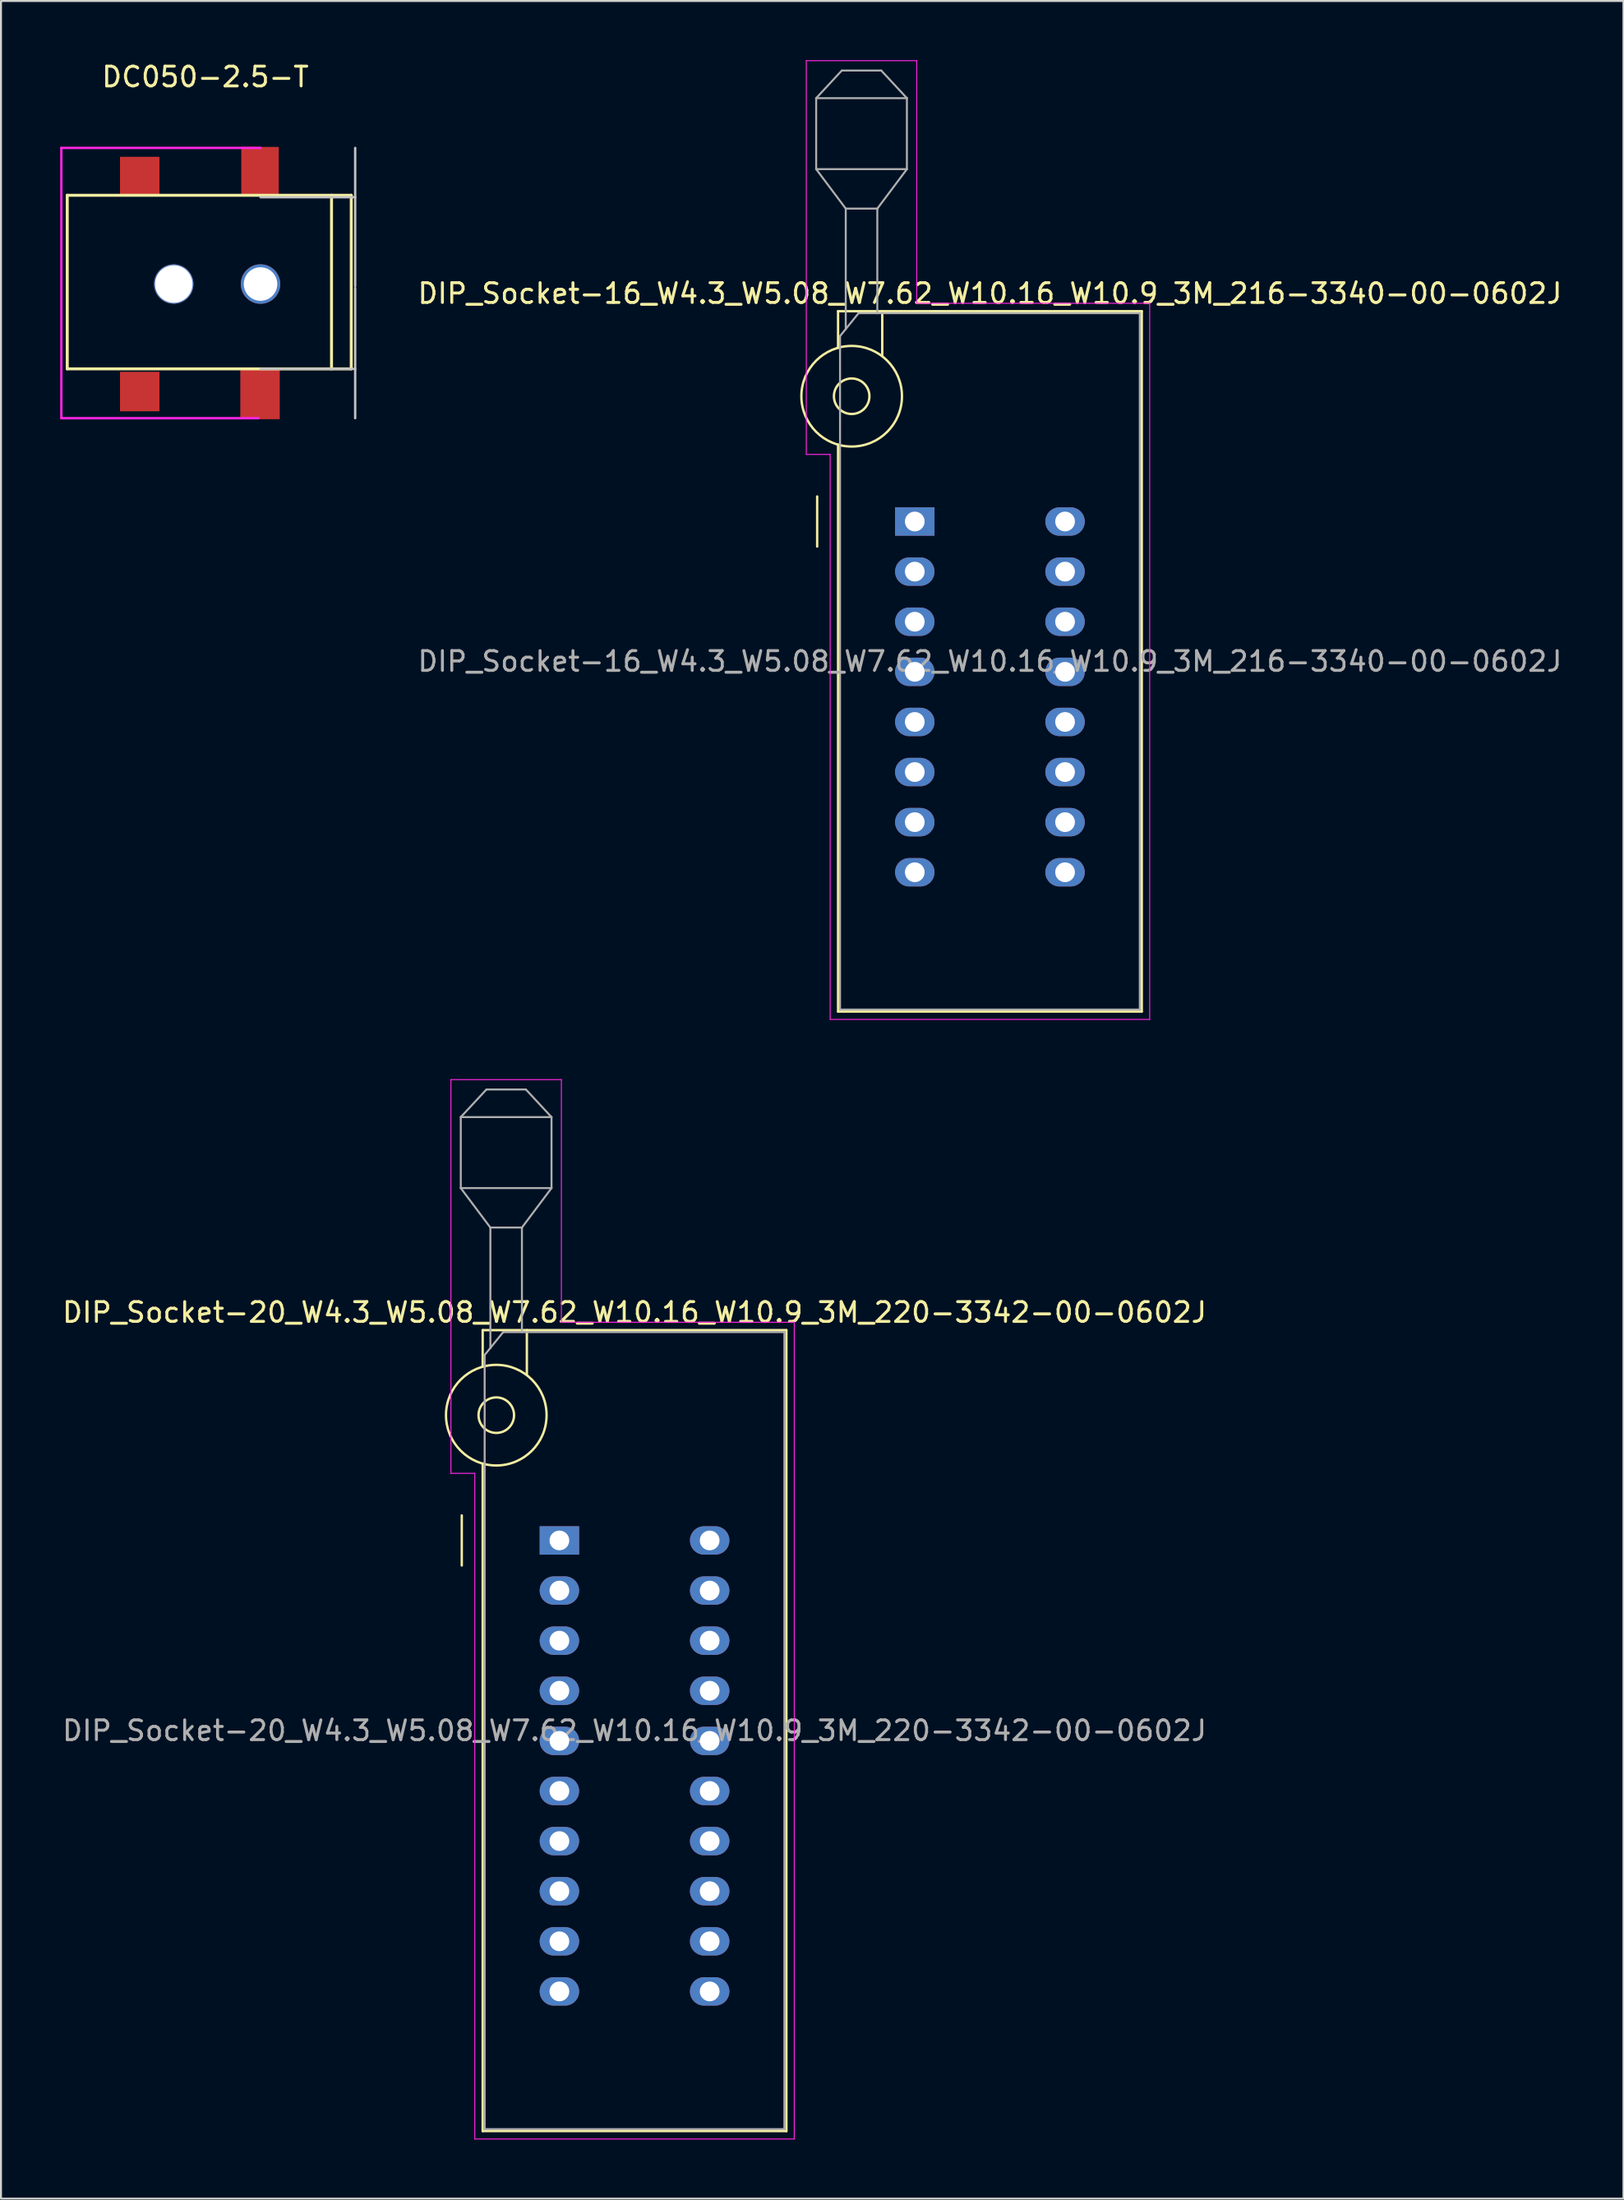
<source format=kicad_pcb>
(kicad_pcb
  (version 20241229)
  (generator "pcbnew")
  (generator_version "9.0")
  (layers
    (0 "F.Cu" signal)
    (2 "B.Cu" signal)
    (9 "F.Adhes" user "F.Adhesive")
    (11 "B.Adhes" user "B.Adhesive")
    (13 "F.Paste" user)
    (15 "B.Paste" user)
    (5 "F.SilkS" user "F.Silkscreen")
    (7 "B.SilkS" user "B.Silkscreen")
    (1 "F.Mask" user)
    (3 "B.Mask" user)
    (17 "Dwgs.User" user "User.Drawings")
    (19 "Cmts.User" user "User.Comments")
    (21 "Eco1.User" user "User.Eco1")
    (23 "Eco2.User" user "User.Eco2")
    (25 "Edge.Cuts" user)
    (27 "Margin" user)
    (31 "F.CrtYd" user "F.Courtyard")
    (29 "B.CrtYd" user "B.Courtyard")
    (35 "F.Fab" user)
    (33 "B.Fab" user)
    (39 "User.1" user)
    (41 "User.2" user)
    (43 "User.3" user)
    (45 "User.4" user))
  (footprint "DC050-2.5-T"
    (layer "F.Cu")
    (at 7.76 11.848)
    (property "Reference" "DC050-2.5-T" (at -0.4 -11 0) (layer "F.SilkS") (effects (font (size 1 1) (thickness 0.15))))
    (attr through_hole)
    (fp_line (start -7.4 -5) (end 7 -5) (stroke (width 0.15) (type solid)) (layer "F.SilkS"))
    (fp_line (start -7.4 3.8) (end -7.4 -5) (stroke (width 0.15) (type solid)) (layer "F.SilkS"))
    (fp_line (start 6 -5) (end 6 3.8) (stroke (width 0.15) (type solid)) (layer "F.SilkS"))
    (fp_line (start 7 -5) (end 7 3.8) (stroke (width 0.15) (type solid)) (layer "F.SilkS"))
    (fp_line (start 7 3.8) (end -7.4 3.8) (stroke (width 0.15) (type solid)) (layer "F.SilkS"))
    (fp_line (start 2.4 -4.9) (end 7.2 -4.9) (stroke (width 0.12) (type solid)) (layer "Dwgs.User"))
    (fp_line (start 7.2 -7.4) (end 7.2 -0.4) (stroke (width 0.12) (type solid)) (layer "Dwgs.User"))
    (fp_line (start 7.2 3.8) (end 2.4 3.8) (stroke (width 0.12) (type solid)) (layer "Dwgs.User"))
    (fp_line (start 7.2 6.3) (end 7.2 -0.3) (stroke (width 0.12) (type solid)) (layer "Dwgs.User"))
    (fp_line (start -7.7 -7.4) (end 2.4 -7.4) (stroke (width 0.12) (type solid)) (layer "F.CrtYd"))
    (fp_line (start -7.7 6.3) (end -7.7 -7.4) (stroke (width 0.12) (type solid)) (layer "F.CrtYd"))
    (fp_line (start 2.3 6.3) (end -7.7 6.3) (stroke (width 0.12) (type solid)) (layer "F.CrtYd"))
    (pad "" np_thru_hole circle (at -2 -0.5) (size 2 2) (drill 1.9) (layers "*.Cu" "*.Mask"))
    (pad "" np_thru_hole circle (at 2.4 -0.5) (size 2 2) (drill 1.7) (layers "*.Cu" "*.Mask"))
    (pad "2" smd rect (at 2.375 5.1) (size 2 2.5) (layers "F.Cu" "F.Mask" "F.Paste"))
    (pad "3" smd rect (at -3.725 4.95) (size 2 2) (layers "F.Cu" "F.Mask" "F.Paste"))
    (pad "4" smd rect (at -3.725 -5.95) (size 2 2) (layers "F.Cu" "F.Mask" "F.Paste"))
    (pad "4" smd rect (at 2.375 -6.2) (size 1.9 2.5) (layers "F.Cu" "F.Mask" "F.Paste")))
  (footprint "DIP_Socket-20_W4.3_W5.08_W7.62_W10.16_W10.9_3M_220-3342-00-0602J"
    (layer "F.Cu")
    (at 25.315 75.035)
    (property "Reference" "DIP_Socket-20_W4.3_W5.08_W7.62_W10.16_W10.9_3M_220-3342-00-0602J" (at 3.81 -11.56 0) (layer "F.SilkS") (effects (font (size 1 1) (thickness 0.15))))
    (attr through_hole)
    (fp_line (start -4.95 1.27) (end -4.95 -1.27) (stroke (width 0.12) (type solid)) (layer "F.SilkS"))
    (fp_line (start -3.89 -10.66) (end -3.89 -8.8) (stroke (width 0.12) (type solid)) (layer "F.SilkS"))
    (fp_line (start -3.89 -3.9) (end -3.89 29.94) (stroke (width 0.12) (type solid)) (layer "F.SilkS"))
    (fp_line (start -3.89 29.94) (end 11.51 29.94) (stroke (width 0.12) (type solid)) (layer "F.SilkS"))
    (fp_line (start -1.65 -10.66) (end -1.65 -8.4) (stroke (width 0.12) (type solid)) (layer "F.SilkS"))
    (fp_line (start 11.51 -10.66) (end -3.89 -10.66) (stroke (width 0.12) (type solid)) (layer "F.SilkS"))
    (fp_line (start 11.51 29.94) (end 11.51 -10.66) (stroke (width 0.12) (type solid)) (layer "F.SilkS"))
    (fp_circle (center -3.2 -6.35) (end -2.3 -6.35) (stroke (width 0.12) (type solid)) (fill no) (layer "F.SilkS"))
    (fp_circle (center -3.2 -6.35) (end -0.65 -6.35) (stroke (width 0.12) (type solid)) (fill no) (layer "F.SilkS"))
    (fp_line (start -5.5 -23.36) (end 0.1 -23.36) (stroke (width 0.05) (type solid)) (layer "F.CrtYd"))
    (fp_line (start -5.5 -3.4) (end -5.5 -23.36) (stroke (width 0.05) (type solid)) (layer "F.CrtYd"))
    (fp_line (start -4.29 -3.4) (end -5.5 -3.4) (stroke (width 0.05) (type solid)) (layer "F.CrtYd"))
    (fp_line (start -4.29 30.34) (end -4.29 -3.4) (stroke (width 0.05) (type solid)) (layer "F.CrtYd"))
    (fp_line (start 0.1 -23.36) (end 0.1 -11.06) (stroke (width 0.05) (type solid)) (layer "F.CrtYd"))
    (fp_line (start 0.1 -11.06) (end 11.91 -11.06) (stroke (width 0.05) (type solid)) (layer "F.CrtYd"))
    (fp_line (start 11.91 -11.06) (end 11.91 30.34) (stroke (width 0.05) (type solid)) (layer "F.CrtYd"))
    (fp_line (start 11.91 30.34) (end -4.29 30.34) (stroke (width 0.05) (type solid)) (layer "F.CrtYd"))
    (fp_line (start -5 -21.46) (end -5 -17.86) (stroke (width 0.1) (type solid)) (layer "F.Fab"))
    (fp_line (start -5 -21.46) (end -3.7 -22.86) (stroke (width 0.1) (type solid)) (layer "F.Fab"))
    (fp_line (start -5 -17.86) (end -3.5 -15.86) (stroke (width 0.1) (type solid)) (layer "F.Fab"))
    (fp_line (start -5 -17.86) (end -0.4 -17.86) (stroke (width 0.1) (type solid)) (layer "F.Fab"))
    (fp_line (start -3.79 -9.4) (end -2.85 -10.56) (stroke (width 0.1) (type solid)) (layer "F.Fab"))
    (fp_line (start -3.79 29.84) (end -3.79 -9.4) (stroke (width 0.1) (type solid)) (layer "F.Fab"))
    (fp_line (start -3.7 -22.86) (end -1.7 -22.86) (stroke (width 0.1) (type solid)) (layer "F.Fab"))
    (fp_line (start -3.5 -15.86) (end -1.9 -15.86) (stroke (width 0.1) (type solid)) (layer "F.Fab"))
    (fp_line (start -3.5 -9.75) (end -3.5 -15.86) (stroke (width 0.1) (type solid)) (layer "F.Fab"))
    (fp_line (start -2.85 -10.56) (end 11.41 -10.56) (stroke (width 0.1) (type solid)) (layer "F.Fab"))
    (fp_line (start -1.9 -15.86) (end -1.9 -10.56) (stroke (width 0.1) (type solid)) (layer "F.Fab"))
    (fp_line (start -1.7 -22.86) (end -0.4 -21.46) (stroke (width 0.1) (type solid)) (layer "F.Fab"))
    (fp_line (start -0.4 -21.46) (end -5 -21.46) (stroke (width 0.1) (type solid)) (layer "F.Fab"))
    (fp_line (start -0.4 -17.86) (end -1.9 -15.86) (stroke (width 0.1) (type solid)) (layer "F.Fab"))
    (fp_line (start -0.4 -17.86) (end -0.4 -21.46) (stroke (width 0.1) (type solid)) (layer "F.Fab"))
    (fp_line (start 11.41 -10.56) (end 11.41 29.84) (stroke (width 0.1) (type solid)) (layer "F.Fab"))
    (fp_line (start 11.41 29.84) (end -3.79 29.84) (stroke (width 0.1) (type solid)) (layer "F.Fab"))
    (fp_text user "${REFERENCE}" (at 3.81 9.64 0) (layer "F.Fab") (effects (font (size 1 1) (thickness 0.15))))
    (pad "1" thru_hole rect (at 0 0) (size 2 1.44) (drill 1) (layers "*.Cu" "*.Mask"))
    (pad "2" thru_hole oval (at 0 2.54) (size 2 1.44) (drill 1) (layers "*.Cu" "*.Mask"))
    (pad "3" thru_hole oval (at 0 5.08) (size 2 1.44) (drill 1) (layers "*.Cu" "*.Mask"))
    (pad "4" thru_hole oval (at 0 7.62) (size 2 1.44) (drill 1) (layers "*.Cu" "*.Mask"))
    (pad "5" thru_hole oval (at 0 10.16) (size 2 1.44) (drill 1) (layers "*.Cu" "*.Mask"))
    (pad "6" thru_hole oval (at 0 12.7) (size 2 1.44) (drill 1) (layers "*.Cu" "*.Mask"))
    (pad "7" thru_hole oval (at 0 15.24) (size 2 1.44) (drill 1) (layers "*.Cu" "*.Mask"))
    (pad "8" thru_hole oval (at 0 17.78) (size 2 1.44) (drill 1) (layers "*.Cu" "*.Mask"))
    (pad "9" thru_hole oval (at 0 20.32) (size 2 1.44) (drill 1) (layers "*.Cu" "*.Mask"))
    (pad "10" thru_hole oval (at 0 22.86) (size 2 1.44) (drill 1) (layers "*.Cu" "*.Mask"))
    (pad "11" thru_hole oval (at 7.62 22.86) (size 2 1.44) (drill 1) (layers "*.Cu" "*.Mask"))
    (pad "12" thru_hole oval (at 7.62 20.32) (size 2 1.44) (drill 1) (layers "*.Cu" "*.Mask"))
    (pad "13" thru_hole oval (at 7.62 17.78) (size 2 1.44) (drill 1) (layers "*.Cu" "*.Mask"))
    (pad "14" thru_hole oval (at 7.62 15.24) (size 2 1.44) (drill 1) (layers "*.Cu" "*.Mask"))
    (pad "15" thru_hole oval (at 7.62 12.7) (size 2 1.44) (drill 1) (layers "*.Cu" "*.Mask"))
    (pad "16" thru_hole oval (at 7.62 10.16) (size 2 1.44) (drill 1) (layers "*.Cu" "*.Mask"))
    (pad "17" thru_hole oval (at 7.62 7.62) (size 2 1.44) (drill 1) (layers "*.Cu" "*.Mask"))
    (pad "18" thru_hole oval (at 7.62 5.08) (size 2 1.44) (drill 1) (layers "*.Cu" "*.Mask"))
    (pad "19" thru_hole oval (at 7.62 2.54) (size 2 1.44) (drill 1) (layers "*.Cu" "*.Mask"))
    (pad "20" thru_hole oval (at 7.62 0) (size 2 1.44) (drill 1) (layers "*.Cu" "*.Mask")))
  (footprint "DIP_Socket-16_W4.3_W5.08_W7.62_W10.16_W10.9_3M_216-3340-00-0602J"
    (layer "F.Cu")
    (at 43.335 23.385)
    (property "Reference" "DIP_Socket-16_W4.3_W5.08_W7.62_W10.16_W10.9_3M_216-3340-00-0602J" (at 3.81 -11.56 0) (layer "F.SilkS") (effects (font (size 1 1) (thickness 0.15))))
    (attr through_hole)
    (fp_line (start -4.95 1.27) (end -4.95 -1.27) (stroke (width 0.12) (type solid)) (layer "F.SilkS"))
    (fp_line (start -3.89 -10.66) (end -3.89 -8.8) (stroke (width 0.12) (type solid)) (layer "F.SilkS"))
    (fp_line (start -3.89 -3.9) (end -3.89 24.84) (stroke (width 0.12) (type solid)) (layer "F.SilkS"))
    (fp_line (start -3.89 24.84) (end 11.51 24.84) (stroke (width 0.12) (type solid)) (layer "F.SilkS"))
    (fp_line (start -1.65 -10.66) (end -1.65 -8.4) (stroke (width 0.12) (type solid)) (layer "F.SilkS"))
    (fp_line (start 11.51 -10.66) (end -3.89 -10.66) (stroke (width 0.12) (type solid)) (layer "F.SilkS"))
    (fp_line (start 11.51 24.84) (end 11.51 -10.66) (stroke (width 0.12) (type solid)) (layer "F.SilkS"))
    (fp_circle (center -3.2 -6.35) (end -2.3 -6.35) (stroke (width 0.12) (type solid)) (fill no) (layer "F.SilkS"))
    (fp_circle (center -3.2 -6.35) (end -0.65 -6.35) (stroke (width 0.12) (type solid)) (fill no) (layer "F.SilkS"))
    (fp_line (start -5.5 -23.36) (end 0.1 -23.36) (stroke (width 0.05) (type solid)) (layer "F.CrtYd"))
    (fp_line (start -5.5 -3.4) (end -5.5 -23.36) (stroke (width 0.05) (type solid)) (layer "F.CrtYd"))
    (fp_line (start -4.29 -3.4) (end -5.5 -3.4) (stroke (width 0.05) (type solid)) (layer "F.CrtYd"))
    (fp_line (start -4.29 25.24) (end -4.29 -3.4) (stroke (width 0.05) (type solid)) (layer "F.CrtYd"))
    (fp_line (start 0.1 -23.36) (end 0.1 -11.06) (stroke (width 0.05) (type solid)) (layer "F.CrtYd"))
    (fp_line (start 0.1 -11.06) (end 11.91 -11.06) (stroke (width 0.05) (type solid)) (layer "F.CrtYd"))
    (fp_line (start 11.91 -11.06) (end 11.91 25.24) (stroke (width 0.05) (type solid)) (layer "F.CrtYd"))
    (fp_line (start 11.91 25.24) (end -4.29 25.24) (stroke (width 0.05) (type solid)) (layer "F.CrtYd"))
    (fp_line (start -5 -21.46) (end -5 -17.86) (stroke (width 0.1) (type solid)) (layer "F.Fab"))
    (fp_line (start -5 -21.46) (end -3.7 -22.86) (stroke (width 0.1) (type solid)) (layer "F.Fab"))
    (fp_line (start -5 -17.86) (end -3.5 -15.86) (stroke (width 0.1) (type solid)) (layer "F.Fab"))
    (fp_line (start -5 -17.86) (end -0.4 -17.86) (stroke (width 0.1) (type solid)) (layer "F.Fab"))
    (fp_line (start -3.79 -9.4) (end -2.85 -10.56) (stroke (width 0.1) (type solid)) (layer "F.Fab"))
    (fp_line (start -3.79 24.74) (end -3.79 -9.4) (stroke (width 0.1) (type solid)) (layer "F.Fab"))
    (fp_line (start -3.7 -22.86) (end -1.7 -22.86) (stroke (width 0.1) (type solid)) (layer "F.Fab"))
    (fp_line (start -3.5 -15.86) (end -1.9 -15.86) (stroke (width 0.1) (type solid)) (layer "F.Fab"))
    (fp_line (start -3.5 -9.75) (end -3.5 -15.86) (stroke (width 0.1) (type solid)) (layer "F.Fab"))
    (fp_line (start -2.85 -10.56) (end 11.41 -10.56) (stroke (width 0.1) (type solid)) (layer "F.Fab"))
    (fp_line (start -1.9 -15.86) (end -1.9 -10.56) (stroke (width 0.1) (type solid)) (layer "F.Fab"))
    (fp_line (start -1.7 -22.86) (end -0.4 -21.46) (stroke (width 0.1) (type solid)) (layer "F.Fab"))
    (fp_line (start -0.4 -21.46) (end -5 -21.46) (stroke (width 0.1) (type solid)) (layer "F.Fab"))
    (fp_line (start -0.4 -17.86) (end -1.9 -15.86) (stroke (width 0.1) (type solid)) (layer "F.Fab"))
    (fp_line (start -0.4 -17.86) (end -0.4 -21.46) (stroke (width 0.1) (type solid)) (layer "F.Fab"))
    (fp_line (start 11.41 -10.56) (end 11.41 24.74) (stroke (width 0.1) (type solid)) (layer "F.Fab"))
    (fp_line (start 11.41 24.74) (end -3.79 24.74) (stroke (width 0.1) (type solid)) (layer "F.Fab"))
    (fp_text user "${REFERENCE}" (at 3.81 7.09 0) (layer "F.Fab") (effects (font (size 1 1) (thickness 0.15))))
    (pad "1" thru_hole rect (at 0 0) (size 2 1.44) (drill 1) (layers "*.Cu" "*.Mask"))
    (pad "2" thru_hole oval (at 0 2.54) (size 2 1.44) (drill 1) (layers "*.Cu" "*.Mask"))
    (pad "3" thru_hole oval (at 0 5.08) (size 2 1.44) (drill 1) (layers "*.Cu" "*.Mask"))
    (pad "4" thru_hole oval (at 0 7.62) (size 2 1.44) (drill 1) (layers "*.Cu" "*.Mask"))
    (pad "5" thru_hole oval (at 0 10.16) (size 2 1.44) (drill 1) (layers "*.Cu" "*.Mask"))
    (pad "6" thru_hole oval (at 0 12.7) (size 2 1.44) (drill 1) (layers "*.Cu" "*.Mask"))
    (pad "7" thru_hole oval (at 0 15.24) (size 2 1.44) (drill 1) (layers "*.Cu" "*.Mask"))
    (pad "8" thru_hole oval (at 0 17.78) (size 2 1.44) (drill 1) (layers "*.Cu" "*.Mask"))
    (pad "9" thru_hole oval (at 7.62 17.78) (size 2 1.44) (drill 1) (layers "*.Cu" "*.Mask"))
    (pad "10" thru_hole oval (at 7.62 15.24) (size 2 1.44) (drill 1) (layers "*.Cu" "*.Mask"))
    (pad "11" thru_hole oval (at 7.62 12.7) (size 2 1.44) (drill 1) (layers "*.Cu" "*.Mask"))
    (pad "12" thru_hole oval (at 7.62 10.16) (size 2 1.44) (drill 1) (layers "*.Cu" "*.Mask"))
    (pad "13" thru_hole oval (at 7.62 7.62) (size 2 1.44) (drill 1) (layers "*.Cu" "*.Mask"))
    (pad "14" thru_hole oval (at 7.62 5.08) (size 2 1.44) (drill 1) (layers "*.Cu" "*.Mask"))
    (pad "15" thru_hole oval (at 7.62 2.54) (size 2 1.44) (drill 1) (layers "*.Cu" "*.Mask"))
    (pad "16" thru_hole oval (at 7.62 0) (size 2 1.44) (drill 1) (layers "*.Cu" "*.Mask")))
  (gr_rect
    (start -3 -3)
    (end 79.27 108.4)
    (stroke (width 0.1) (type default))
    (fill no)
    (layer "Edge.Cuts")))
</source>
